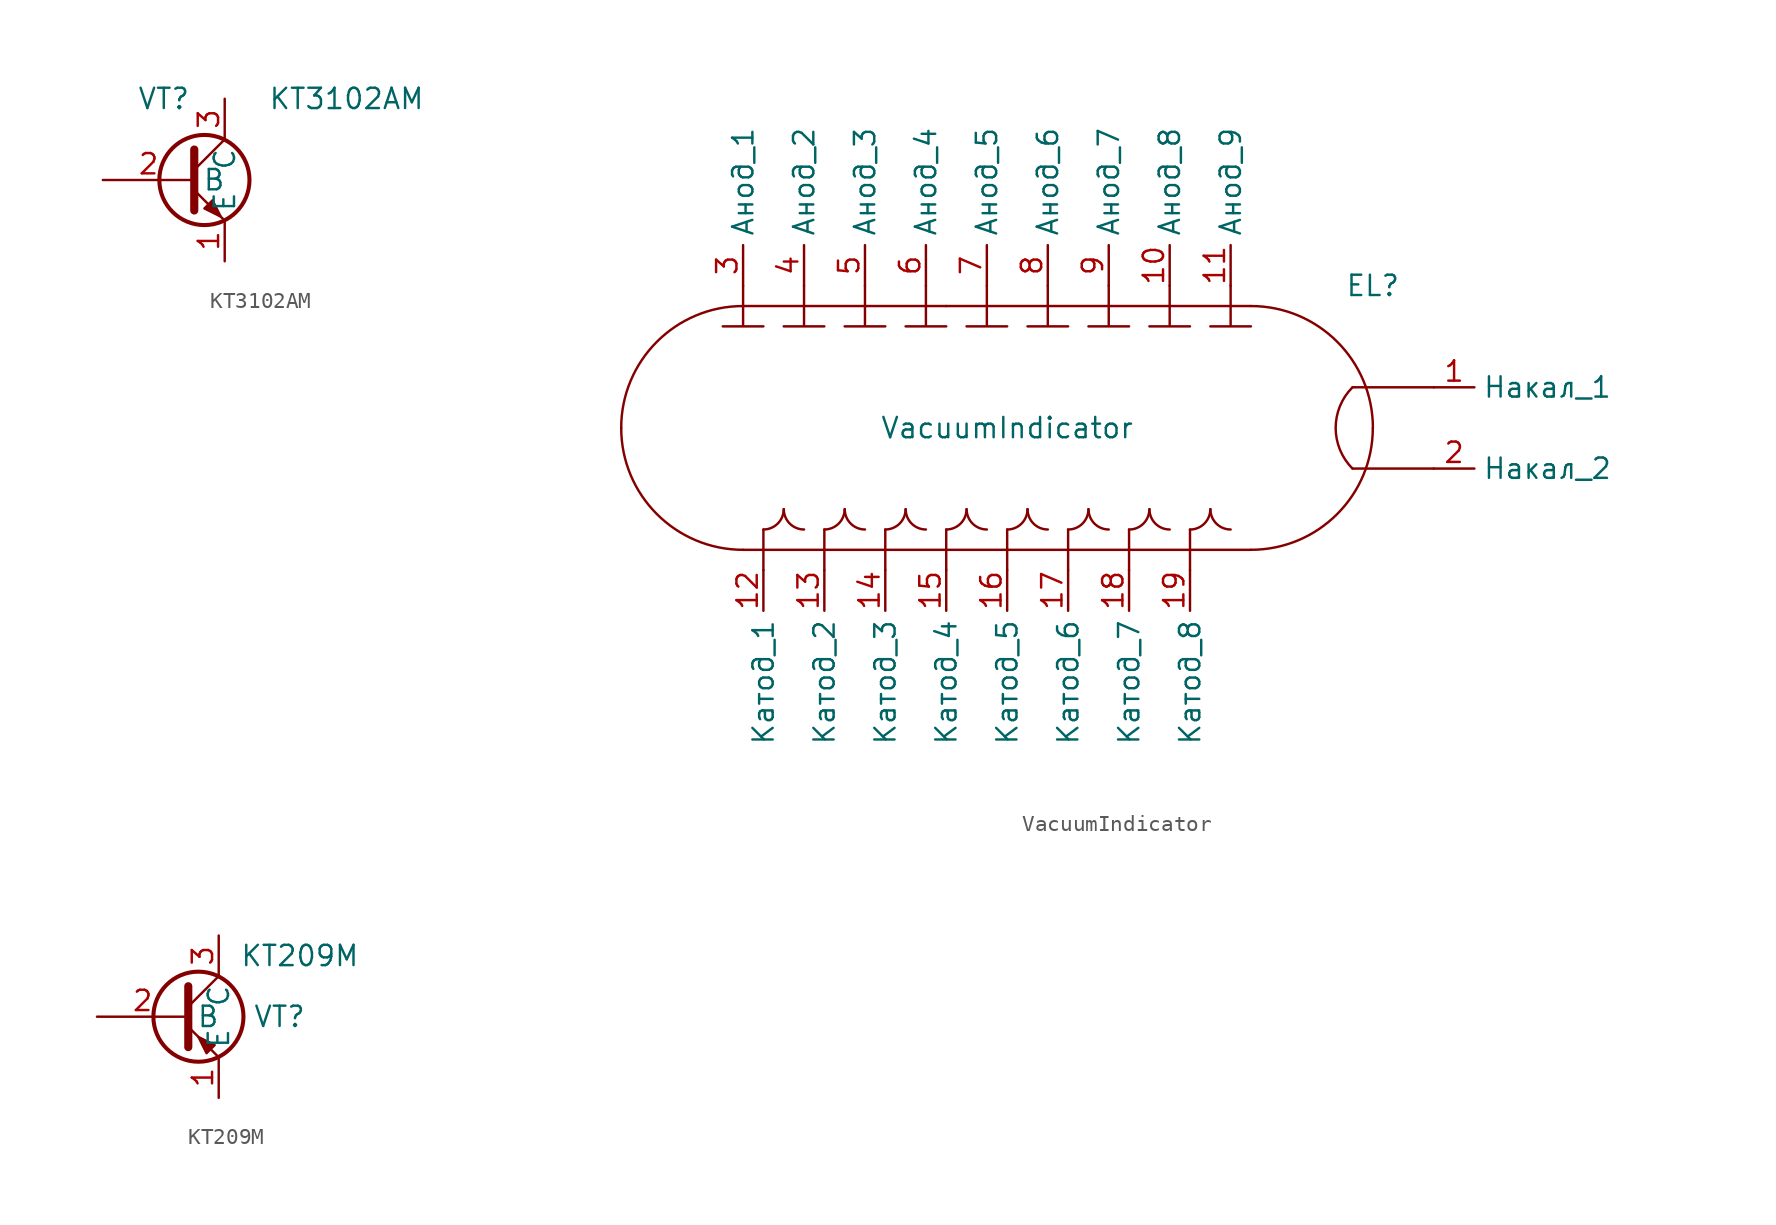
<source format=kicad_sym>
(kicad_symbol_lib
  (version 20211014)
  (generator kicad_symbol_editor)
  (symbol "KT3102AM"
    (property "Reference" "VT"
      (at -2.54 5.08 0)
      (effects (font (size 1.27 1.27))))
    (property "Value" "KT3102AM"
      (at 8.89 5.08 0)
      (effects (font (size 1.27 1.27))))
    (symbol "KT3102AM_0_1"
      (polyline (pts (xy -0.635 0.635) (xy 1.27 2.54)) (stroke (width 0) (type default) (color 0 0 0 0)) (fill (type none)))
      (polyline (pts (xy -0.635 -0.635) (xy 1.27 -2.54) (xy 1.27 -2.54)) (stroke (width 0) (type default) (color 0 0 0 0)) (fill (type none)))
      (polyline (pts (xy -0.635 1.905) (xy -0.635 -1.905) (xy -0.635 -1.905)) (stroke (width 0.508) (type default) (color 0 0 0 0)) (fill (type none)))
      (polyline (pts (xy 0 -1.778) (xy 0.508 -1.27) (xy 1.016 -2.286) (xy 0 -1.778) (xy 0 -1.778)) (stroke (width 0) (type default) (color 0 0 0 0)) (fill (type outline)))
      (circle (center 0 0) (radius 2.819) (stroke (width 0.254) (type default) (color 0 0 0 0)) (fill (type none))))
    (symbol "KT3102AM_1_1"
      (pin passive line (at 1.27 -5.08 90) (length 2.54) (name "E" (effects (font (size 1.27 1.27)))) (number "1" (effects (font (size 1.27 1.27)))))
      (pin passive line (at -6.35 0 0) (length 5.715) (name "B" (effects (font (size 1.27 1.27)))) (number "2" (effects (font (size 1.27 1.27)))))
      (pin passive line (at 1.27 5.08 270) (length 2.54) (name "C" (effects (font (size 1.27 1.27)))) (number "3" (effects (font (size 1.27 1.27)))))))
  (symbol "VacuumIndicator"
    (property "Reference" "EL"
      (at 22.86 1.27 0)
      (effects (font (size 1.27 1.27))))
    (property "Value" "VacuumIndicator"
      (at 0 -7.62 0)
      (effects (font (size 1.27 1.27))))
    (symbol "VacuumIndicator_0_1"
      (arc (start -24.13 -7.62) (mid -21.8982 -13.0082) (end -16.51 -15.24) (stroke (width 0) (type default) (color 0 0 0 0)) (fill (type none)))
      (arc (start -16.51 0) (mid -21.8982 -2.2318) (end -24.13 -7.62) (stroke (width 0) (type default) (color 0 0 0 0)) (fill (type none)))
      (arc (start -15.24 -13.97) (mid -13.072 -14.868) (end -13.97 -12.7) (stroke (width 0) (type default) (color 0 0 0 0)) (fill (type none)))
      (arc (start -13.97 -12.7) (mid -14.868 -14.868) (end -12.7 -13.97) (stroke (width 0) (type default) (color 0 0 0 0)) (fill (type none)))
      (arc (start -11.43 -13.97) (mid -9.262 -14.868) (end -10.16 -12.7) (stroke (width 0) (type default) (color 0 0 0 0)) (fill (type none)))
      (arc (start -10.16 -12.7) (mid -11.058 -14.868) (end -8.89 -13.97) (stroke (width 0) (type default) (color 0 0 0 0)) (fill (type none)))
      (arc (start -7.62 -13.97) (mid -5.452 -14.868) (end -6.35 -12.7) (stroke (width 0) (type default) (color 0 0 0 0)) (fill (type none)))
      (arc (start -6.35 -12.7) (mid -7.248 -14.868) (end -5.08 -13.97) (stroke (width 0) (type default) (color 0 0 0 0)) (fill (type none)))
      (arc (start -3.81 -13.97) (mid -1.642 -14.868) (end -2.54 -12.7) (stroke (width 0) (type default) (color 0 0 0 0)) (fill (type none)))
      (arc (start -2.54 -12.7) (mid -3.438 -14.868) (end -1.27 -13.97) (stroke (width 0) (type default) (color 0 0 0 0)) (fill (type none)))
      (arc (start 0 -13.97) (mid 2.168 -14.868) (end 1.27 -12.7) (stroke (width 0) (type default) (color 0 0 0 0)) (fill (type none)))
      (polyline (pts (xy -16.51 -15.24) (xy -3.81 -15.24)) (stroke (width 0) (type default) (color 0 0 0 0)) (fill (type none)))
      (polyline (pts (xy -16.51 0) (xy -3.81 0)) (stroke (width 0) (type default) (color 0 0 0 0)) (fill (type none)))
      (polyline (pts (xy -15.24 -13.97) (xy -15.24 -16.51)) (stroke (width 0) (type default) (color 0 0 0 0)) (fill (type none)))
      (polyline (pts (xy -11.43 -13.97) (xy -11.43 -16.51)) (stroke (width 0) (type default) (color 0 0 0 0)) (fill (type none)))
      (polyline (pts (xy -7.62 -13.97) (xy -7.62 -16.51)) (stroke (width 0) (type default) (color 0 0 0 0)) (fill (type none)))
      (polyline (pts (xy -3.81 -13.97) (xy -3.81 -16.51)) (stroke (width 0) (type default) (color 0 0 0 0)) (fill (type none)))
      (polyline (pts (xy 0 -13.97) (xy 0 -16.51)) (stroke (width 0) (type default) (color 0 0 0 0)) (fill (type none)))
      (polyline (pts (xy 3.81 -13.97) (xy 3.81 -16.51)) (stroke (width 0) (type default) (color 0 0 0 0)) (fill (type none)))
      (polyline (pts (xy 7.62 -13.97) (xy 7.62 -16.51)) (stroke (width 0) (type default) (color 0 0 0 0)) (fill (type none)))
      (polyline (pts (xy 11.43 -13.97) (xy 11.43 -16.51)) (stroke (width 0) (type default) (color 0 0 0 0)) (fill (type none)))
      (polyline (pts (xy 15.24 -15.24) (xy -3.81 -15.24)) (stroke (width 0) (type default) (color 0 0 0 0)) (fill (type none)))
      (polyline (pts (xy 15.24 0) (xy -3.81 0.0002)) (stroke (width 0) (type default) (color 0 0 0 0)) (fill (type none)))
      (polyline (pts (xy 21.59 -10.16) (xy 26.67 -10.16)) (stroke (width 0) (type default) (color 0 0 0 0)) (fill (type none)))
      (polyline (pts (xy 21.59 -5.08) (xy 26.67 -5.08)) (stroke (width 0) (type default) (color 0 0 0 0)) (fill (type none)))
      (polyline (pts (xy -16.51 1.27) (xy -16.51 -1.27) (xy -17.78 -1.27) (xy -15.24 -1.27)) (stroke (width 0) (type default) (color 0 0 0 0)) (fill (type none)))
      (polyline (pts (xy -12.7 1.27) (xy -12.7 -1.27) (xy -13.97 -1.27) (xy -11.43 -1.27)) (stroke (width 0) (type default) (color 0 0 0 0)) (fill (type none)))
      (polyline (pts (xy -8.89 1.27) (xy -8.89 -1.27) (xy -10.16 -1.27) (xy -7.62 -1.27)) (stroke (width 0) (type default) (color 0 0 0 0)) (fill (type none)))
      (polyline (pts (xy -5.08 1.27) (xy -5.08 -1.27) (xy -6.35 -1.27) (xy -3.81 -1.27)) (stroke (width 0) (type default) (color 0 0 0 0)) (fill (type none)))
      (polyline (pts (xy -1.27 1.27) (xy -1.27 -1.27) (xy -2.54 -1.27) (xy 0 -1.27)) (stroke (width 0) (type default) (color 0 0 0 0)) (fill (type none)))
      (polyline (pts (xy 2.54 1.27) (xy 2.54 -1.27) (xy 1.27 -1.27) (xy 3.81 -1.27)) (stroke (width 0) (type default) (color 0 0 0 0)) (fill (type none)))
      (polyline (pts (xy 6.35 1.27) (xy 6.35 -1.27) (xy 5.08 -1.27) (xy 7.62 -1.27)) (stroke (width 0) (type default) (color 0 0 0 0)) (fill (type none)))
      (polyline (pts (xy 10.16 1.27) (xy 10.16 -1.27) (xy 8.89 -1.27) (xy 11.43 -1.27)) (stroke (width 0) (type default) (color 0 0 0 0)) (fill (type none)))
      (polyline (pts (xy 13.97 1.27) (xy 13.97 -1.27) (xy 12.7 -1.27) (xy 15.24 -1.27)) (stroke (width 0) (type default) (color 0 0 0 0)) (fill (type none)))
      (arc (start 1.27 -12.7) (mid 0.372 -14.868) (end 2.54 -13.97) (stroke (width 0) (type default) (color 0 0 0 0)) (fill (type none)))
      (arc (start 3.81 -13.97) (mid 5.978 -14.868) (end 5.08 -12.7) (stroke (width 0) (type default) (color 0 0 0 0)) (fill (type none)))
      (arc (start 5.08 -12.7) (mid 4.182 -14.868) (end 6.35 -13.97) (stroke (width 0) (type default) (color 0 0 0 0)) (fill (type none)))
      (arc (start 7.62 -13.97) (mid 9.788 -14.868) (end 8.89 -12.7) (stroke (width 0) (type default) (color 0 0 0 0)) (fill (type none)))
      (arc (start 8.89 -12.7) (mid 7.992 -14.868) (end 10.16 -13.97) (stroke (width 0) (type default) (color 0 0 0 0)) (fill (type none)))
      (arc (start 11.43 -13.97) (mid 13.598 -14.868) (end 12.7 -12.7) (stroke (width 0) (type default) (color 0 0 0 0)) (fill (type none)))
      (arc (start 12.7 -12.7) (mid 11.802 -14.868) (end 13.97 -13.97) (stroke (width 0) (type default) (color 0 0 0 0)) (fill (type none)))
      (arc (start 15.2398 -15.2398) (mid 20.628 -13.008) (end 22.8598 -7.6198) (stroke (width 0) (type default) (color 0 0 0 0)) (fill (type none)))
      (arc (start 21.59 -5.08) (mid 20.5379 -7.62) (end 21.59 -10.16) (stroke (width 0) (type default) (color 0 0 0 0)) (fill (type none)))
      (arc (start 22.8598 -7.6198) (mid 20.628 -2.2316) (end 15.2398 0.0002) (stroke (width 0) (type default) (color 0 0 0 0)) (fill (type none))))
    (symbol "VacuumIndicator_1_1"
      (pin power_in line (at 26.67 -5.08 0) (length 2.54) (name "Накал_1" (effects (font (size 1.27 1.27)))) (number "1" (effects (font (size 1.27 1.27)))))
      (pin input line (at 10.16 1.27 90) (length 2.54) (name "Анод_8" (effects (font (size 1.27 1.27)))) (number "10" (effects (font (size 1.27 1.27)))))
      (pin input line (at 13.97 1.27 90) (length 2.54) (name "Анод_9" (effects (font (size 1.27 1.27)))) (number "11" (effects (font (size 1.27 1.27)))))
      (pin input line (at -15.24 -16.51 270) (length 2.54) (name "Катод_1" (effects (font (size 1.27 1.27)))) (number "12" (effects (font (size 1.27 1.27)))))
      (pin input line (at -11.43 -16.51 270) (length 2.54) (name "Катод_2" (effects (font (size 1.27 1.27)))) (number "13" (effects (font (size 1.27 1.27)))))
      (pin input line (at -7.62 -16.51 270) (length 2.54) (name "Катод_3" (effects (font (size 1.27 1.27)))) (number "14" (effects (font (size 1.27 1.27)))))
      (pin input line (at -3.81 -16.51 270) (length 2.54) (name "Катод_4" (effects (font (size 1.27 1.27)))) (number "15" (effects (font (size 1.27 1.27)))))
      (pin input line (at 0 -16.51 270) (length 2.54) (name "Катод_5" (effects (font (size 1.27 1.27)))) (number "16" (effects (font (size 1.27 1.27)))))
      (pin input line (at 3.81 -16.51 270) (length 2.54) (name "Катод_6" (effects (font (size 1.27 1.27)))) (number "17" (effects (font (size 1.27 1.27)))))
      (pin input line (at 7.62 -16.51 270) (length 2.54) (name "Катод_7" (effects (font (size 1.27 1.27)))) (number "18" (effects (font (size 1.27 1.27)))))
      (pin input line (at 11.43 -16.51 270) (length 2.54) (name "Катод_8" (effects (font (size 1.27 1.27)))) (number "19" (effects (font (size 1.27 1.27)))))
      (pin power_in line (at 26.67 -10.16 0) (length 2.54) (name "Накал_2" (effects (font (size 1.27 1.27)))) (number "2" (effects (font (size 1.27 1.27)))))
      (pin input line (at -16.51 1.27 90) (length 2.54) (name "Анод_1" (effects (font (size 1.27 1.27)))) (number "3" (effects (font (size 1.27 1.27)))))
      (pin input line (at -12.7 1.27 90) (length 2.54) (name "Анод_2" (effects (font (size 1.27 1.27)))) (number "4" (effects (font (size 1.27 1.27)))))
      (pin input line (at -8.89 1.27 90) (length 2.54) (name "Анод_3" (effects (font (size 1.27 1.27)))) (number "5" (effects (font (size 1.27 1.27)))))
      (pin input line (at -5.08 1.27 90) (length 2.54) (name "Анод_4" (effects (font (size 1.27 1.27)))) (number "6" (effects (font (size 1.27 1.27)))))
      (pin input line (at -1.27 1.27 90) (length 2.54) (name "Анод_5" (effects (font (size 1.27 1.27)))) (number "7" (effects (font (size 1.27 1.27)))))
      (pin input line (at 2.54 1.27 90) (length 2.54) (name "Анод_6" (effects (font (size 1.27 1.27)))) (number "8" (effects (font (size 1.27 1.27)))))
      (pin input line (at 6.35 1.27 90) (length 2.54) (name "Анод_7" (effects (font (size 1.27 1.27)))) (number "9" (effects (font (size 1.27 1.27)))))))
  (symbol "КТ209М"
    (property "Reference" "VT"
      (at 5.08 0 0)
      (effects (font (size 1.27 1.27))))
    (property "Value" "КТ209М"
      (at 6.35 3.81 0)
      (effects (font (size 1.27 1.27))))
    (symbol "КТ209М_0_1"
      (polyline (pts (xy -0.635 0.635) (xy 1.27 2.54)) (stroke (width 0) (type default) (color 0 0 0 0)) (fill (type none)))
      (polyline (pts (xy -0.635 -0.635) (xy 1.27 -2.54) (xy 1.27 -2.54)) (stroke (width 0) (type default) (color 0 0 0 0)) (fill (type none)))
      (polyline (pts (xy -0.635 1.905) (xy -0.635 -1.905) (xy -0.635 -1.905)) (stroke (width 0.508) (type default) (color 0 0 0 0)) (fill (type none)))
      (polyline (pts (xy 1.016 -1.778) (xy 0.508 -2.286) (xy 0 -1.27) (xy 1.016 -1.778) (xy 1.016 -1.778)) (stroke (width 0) (type default) (color 0 0 0 0)) (fill (type outline)))
      (circle (center 0 0) (radius 2.819) (stroke (width 0.254) (type default) (color 0 0 0 0)) (fill (type none))))
    (symbol "КТ209М_1_1"
      (pin passive line (at 1.27 -5.08 90) (length 2.54) (name "E" (effects (font (size 1.27 1.27)))) (number "1" (effects (font (size 1.27 1.27)))))
      (pin input line (at -6.35 0 0) (length 5.715) (name "B" (effects (font (size 1.27 1.27)))) (number "2" (effects (font (size 1.27 1.27)))))
      (pin passive line (at 1.27 5.08 270) (length 2.54) (name "C" (effects (font (size 1.27 1.27)))) (number "3" (effects (font (size 1.27 1.27))))))))
</source>
